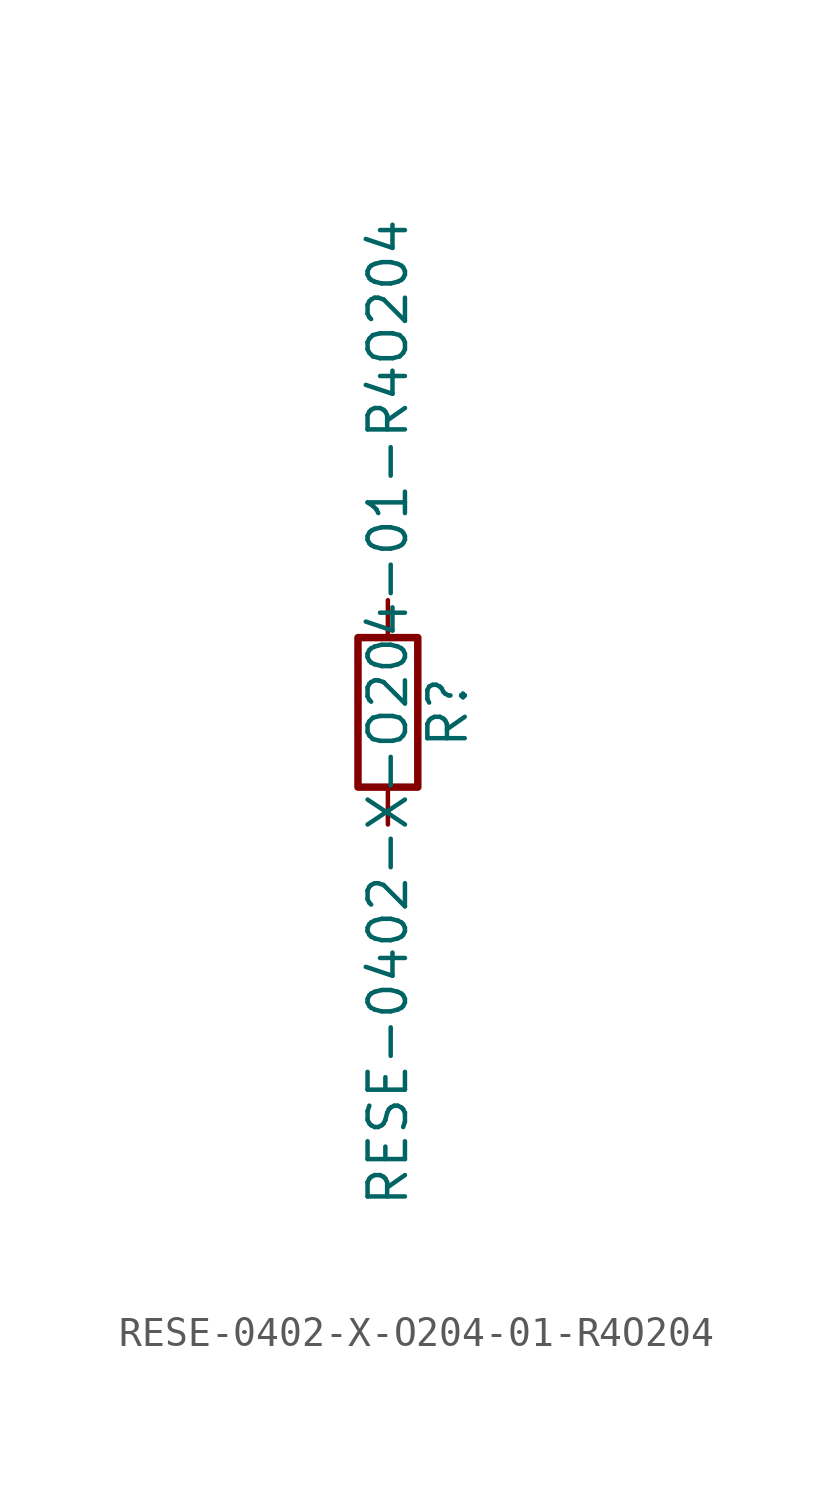
<source format=kicad_sym>
(kicad_symbol_lib
  (version 20211014)
  (generator kicad_symbol_editor)
  (symbol "RESE-0402-X-O204-01-R4O204"
    (pin_numbers hide)
    (pin_names
      (offset 0))
    (property "Reference" "R"
      (at 2.032 0 90)
      (effects (font (size 1.27 1.27))))
    (property "Value" "RESE-0402-X-O204-01-R4O204"
      (at 0 0 90)
      (effects (font (size 1.27 1.27))))
    (symbol "RESE-0402-X-O204-01-R4O204_0_1"
      (rectangle (start -1.016 -2.54) (end 1.016 2.54) (stroke (width 0.254) (type default) (color 0 0 0 0)) (fill (type none))))
    (symbol "RESE-0402-X-O204-01-R4O204_1_1"
      (pin passive line (at 0 3.81 270) (length 1.27) (name "~" (effects (font (size 1.27 1.27)))) (number "1" (effects (font (size 1.27 1.27)))))
      (pin passive line (at 0 -3.81 90) (length 1.27) (name "~" (effects (font (size 1.27 1.27)))) (number "2" (effects (font (size 1.27 1.27))))))))
</source>
